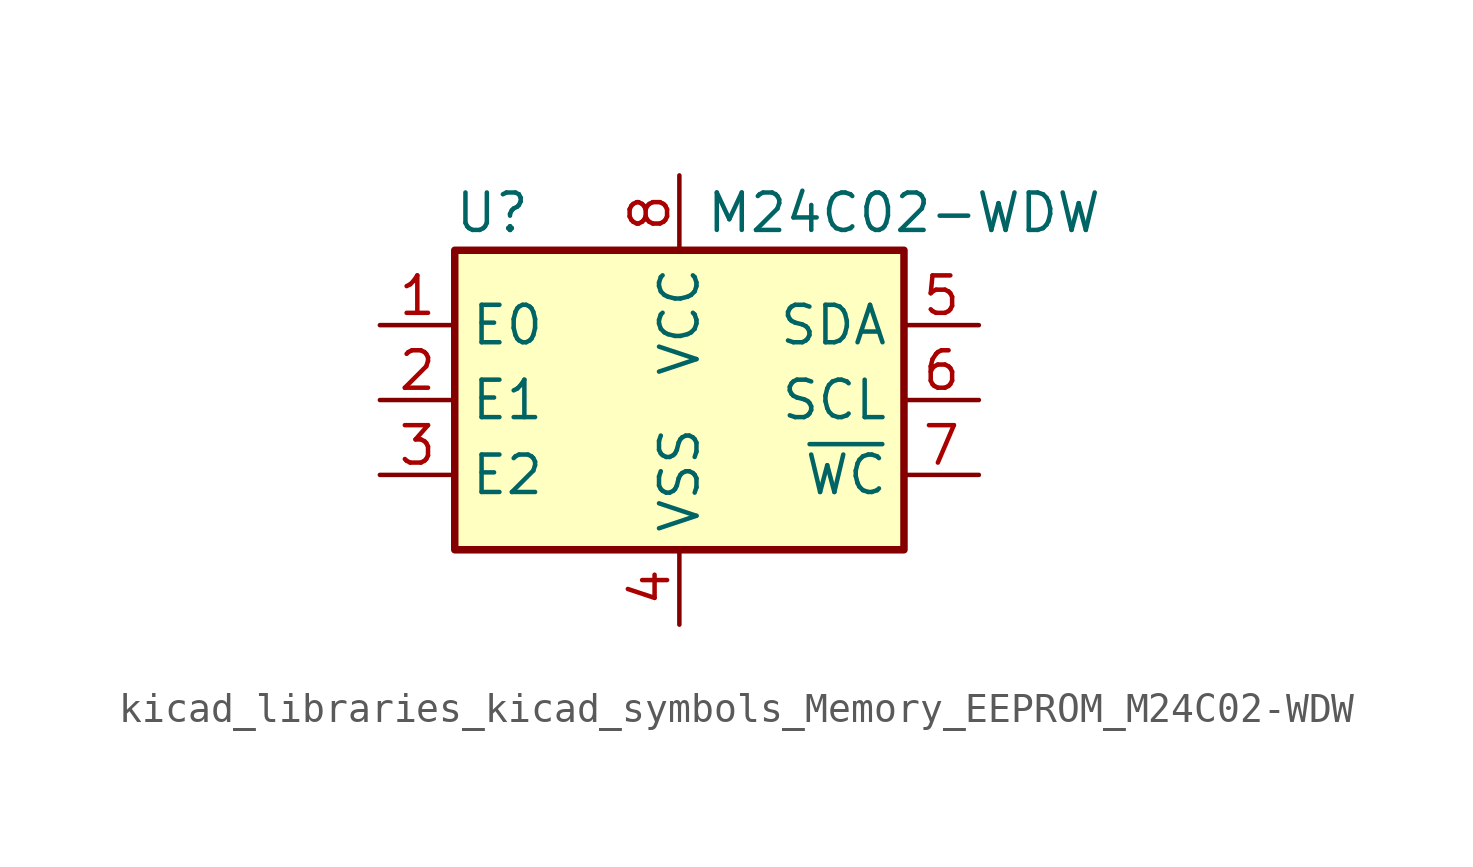
<source format=kicad_sym>
(kicad_symbol_lib
  (version 20220914)
  (generator kicad_symbol_editor)
  (symbol "kicad_libraries_kicad_symbols_Memory_EEPROM_M24C02-WDW"
    (property "Reference" "U"
      (at -6.35 6.35 0)
      (effects (font (size 1.27 1.27))))
    (property "Value" "M24C02-WDW"
      (at 7.62 6.35 0)
      (effects (font (size 1.27 1.27))))
    (symbol "kicad_libraries_kicad_symbols_Memory_EEPROM_M24C02-WDW_0_1"
      (rectangle (start -7.62 5.08) (end 7.62 -5.08) (stroke (width 0.254) (type default)) (fill (type background))))
    (symbol "kicad_libraries_kicad_symbols_Memory_EEPROM_M24C02-WDW_1_1"
      (pin input line (at -10.16 2.54 0) (length 2.54) (name "E0" (effects (font (size 1.27 1.27)))) (number "1" (effects (font (size 1.27 1.27)))))
      (pin input line (at -10.16 0 0) (length 2.54) (name "E1" (effects (font (size 1.27 1.27)))) (number "2" (effects (font (size 1.27 1.27)))))
      (pin input line (at -10.16 -2.54 0) (length 2.54) (name "E2" (effects (font (size 1.27 1.27)))) (number "3" (effects (font (size 1.27 1.27)))))
      (pin power_in line (at 0 -7.62 90) (length 2.54) (name "VSS" (effects (font (size 1.27 1.27)))) (number "4" (effects (font (size 1.27 1.27)))))
      (pin bidirectional line (at 10.16 2.54 180) (length 2.54) (name "SDA" (effects (font (size 1.27 1.27)))) (number "5" (effects (font (size 1.27 1.27)))))
      (pin input line (at 10.16 0 180) (length 2.54) (name "SCL" (effects (font (size 1.27 1.27)))) (number "6" (effects (font (size 1.27 1.27)))))
      (pin input line (at 10.16 -2.54 180) (length 2.54) (name "~{WC}" (effects (font (size 1.27 1.27)))) (number "7" (effects (font (size 1.27 1.27)))))
      (pin power_in line (at 0 7.62 270) (length 2.54) (name "VCC" (effects (font (size 1.27 1.27)))) (number "8" (effects (font (size 1.27 1.27))))))))
</source>
